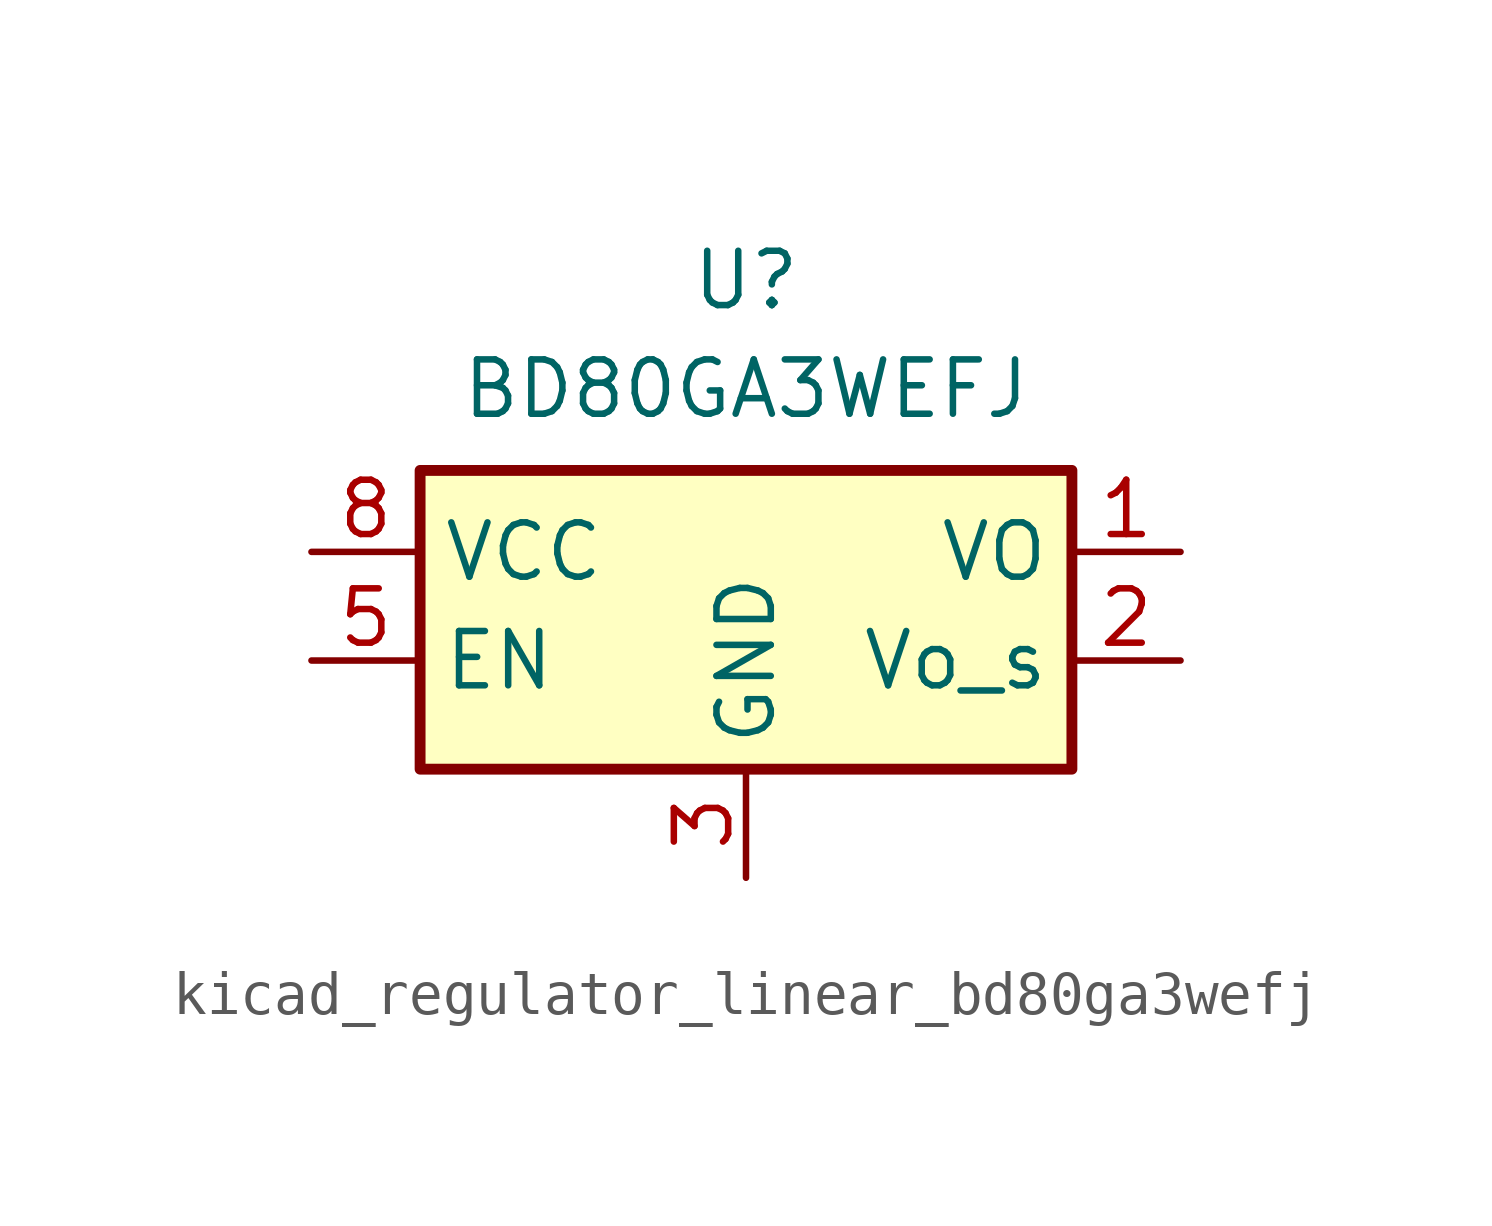
<source format=kicad_sym>
(kicad_symbol_lib
  (version 20220914)
  (generator kicad_symbol_editor)
  (symbol "kicad_regulator_linear_bd80ga3wefj"
    (property "Reference" "U"
      (at 0 6.35 0)
      (effects (font (size 1.27 1.27))))
    (property "Value" "BD80GA3WEFJ"
      (at 0 3.81 0)
      (effects (font (size 1.27 1.27))))
    (symbol "kicad_regulator_linear_bd80ga3wefj_1_1"
      (rectangle (start -7.62 -5.08) (end 7.62 1.905) (stroke (width 0.254) (type default)) (fill (type background)))
      (pin power_out line (at 10.16 0 180) (length 2.54) (name "VO" (effects (font (size 1.27 1.27)))) (number "1" (effects (font (size 1.27 1.27)))))
      (pin input line (at 10.16 -2.54 180) (length 2.54) (name "Vo_s" (effects (font (size 1.27 1.27)))) (number "2" (effects (font (size 1.27 1.27)))))
      (pin power_in line (at 0 -7.62 90) (length 2.54) (name "GND" (effects (font (size 1.27 1.27)))) (number "3" (effects (font (size 1.27 1.27)))))
      (pin passive line (at 0 -7.62 90) (length 2.54) hide (name "GND" (effects (font (size 1.27 1.27)))) (number "4" (effects (font (size 1.27 1.27)))))
      (pin input line (at -10.16 -2.54 0) (length 2.54) (name "EN" (effects (font (size 1.27 1.27)))) (number "5" (effects (font (size 1.27 1.27)))))
      (pin passive line (at 0 -7.62 90) (length 2.54) hide (name "GND" (effects (font (size 1.27 1.27)))) (number "6" (effects (font (size 1.27 1.27)))))
      (pin passive line (at 0 -7.62 90) (length 2.54) hide (name "GND" (effects (font (size 1.27 1.27)))) (number "7" (effects (font (size 1.27 1.27)))))
      (pin power_in line (at -10.16 0 0) (length 2.54) (name "VCC" (effects (font (size 1.27 1.27)))) (number "8" (effects (font (size 1.27 1.27)))))
      (pin passive line (at 0 -7.62 90) (length 2.54) hide (name "GND" (effects (font (size 1.27 1.27)))) (number "9" (effects (font (size 1.27 1.27))))))))
</source>
